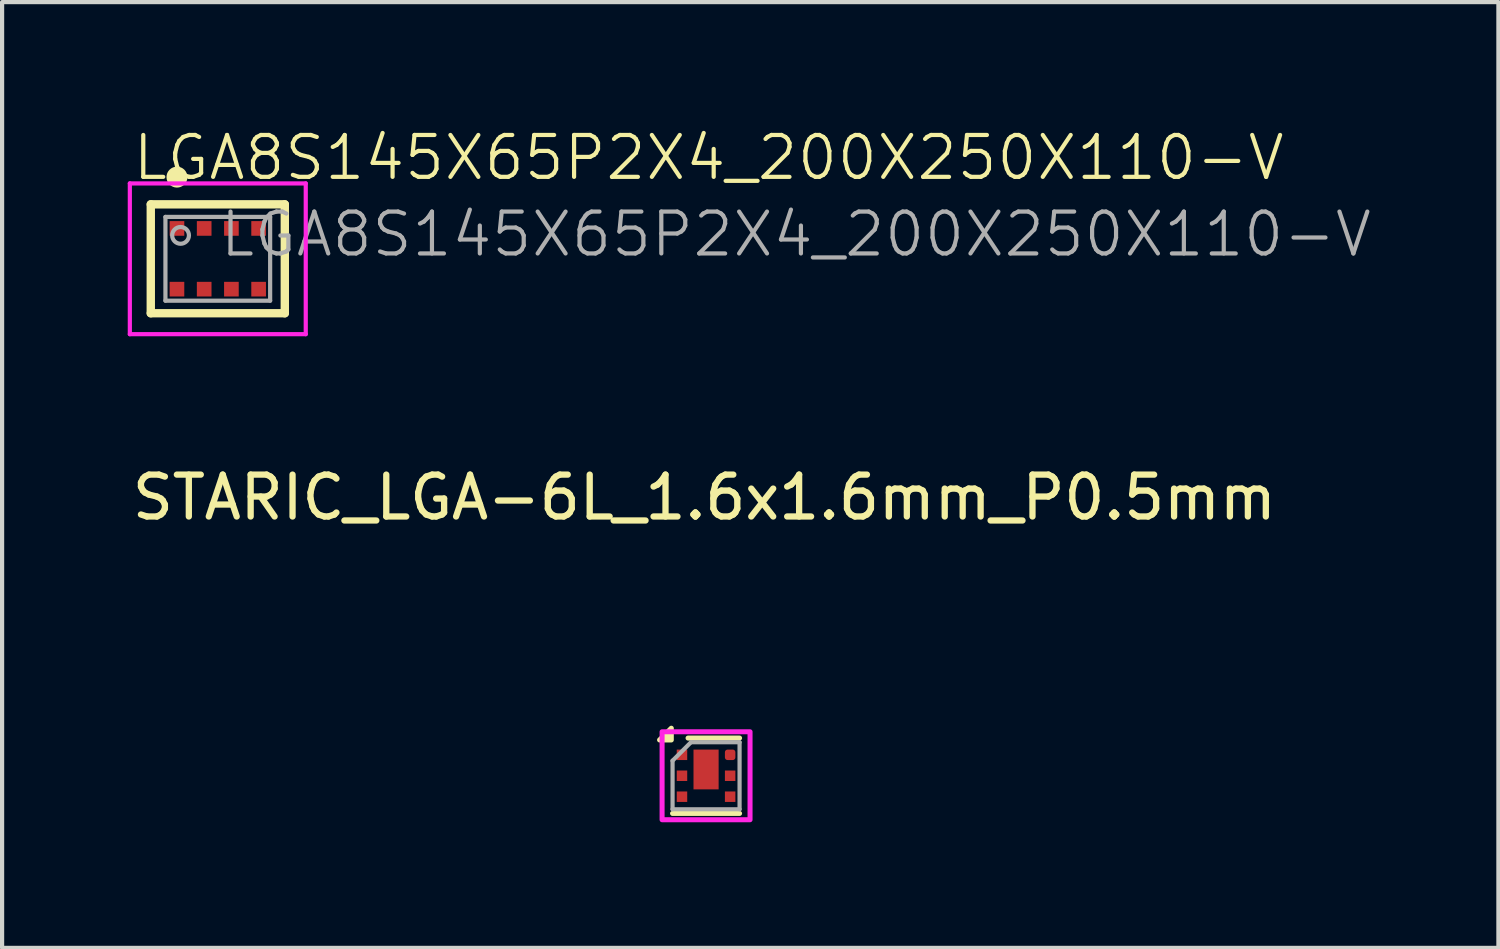
<source format=kicad_pcb>
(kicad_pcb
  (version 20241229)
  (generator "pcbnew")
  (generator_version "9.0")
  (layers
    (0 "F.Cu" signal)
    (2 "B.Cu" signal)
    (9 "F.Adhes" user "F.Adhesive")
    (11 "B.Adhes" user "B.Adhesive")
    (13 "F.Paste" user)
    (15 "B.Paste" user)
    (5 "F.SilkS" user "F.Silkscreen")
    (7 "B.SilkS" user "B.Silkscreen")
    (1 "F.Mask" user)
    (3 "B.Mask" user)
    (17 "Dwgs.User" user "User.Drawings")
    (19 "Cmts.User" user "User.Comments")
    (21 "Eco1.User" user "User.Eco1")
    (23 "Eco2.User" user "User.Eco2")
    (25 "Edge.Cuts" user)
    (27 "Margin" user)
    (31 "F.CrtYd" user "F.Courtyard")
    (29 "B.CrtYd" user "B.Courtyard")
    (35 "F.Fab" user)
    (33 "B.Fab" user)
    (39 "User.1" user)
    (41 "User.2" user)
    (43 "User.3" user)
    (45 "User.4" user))
  (footprint "STARIC_LGA-6L_1.6x1.6mm_P0.5mm"
    (layer "F.Cu")
    (at 13.808 15.472)
    (property "Reference" "STARIC_LGA-6L_1.6x1.6mm_P0.5mm" (at -0.04 -6.645 0) (unlocked yes) (layer "F.SilkS") (effects (font (size 1 1) (thickness 0.15))))
    (attr smd)
    (fp_line (start -0.8 0.9) (end 0.8 0.9) (stroke (width 0.12) (type default)) (layer "F.SilkS"))
    (fp_line (start -0.43 -0.9) (end 0.8 -0.9) (stroke (width 0.12) (type default)) (layer "F.SilkS"))
    (fp_poly (pts (xy -0.83 -0.855) (xy -1.11 -0.855) (xy -0.83 -1.135) (xy -0.83 -0.855)) (stroke (width 0.12) (type solid)) (fill yes) (layer "F.SilkS"))
    (fp_rect (start -1.05 -1.05) (end 1.05 1.05) (stroke (width 0.12) (type default)) (fill no) (layer "F.CrtYd"))
    (fp_line (start -0.801 -0.359) (end -0.36 -0.8) (stroke (width 0.1) (type default)) (layer "F.Fab"))
    (fp_line (start -0.8 0.8) (end -0.8 -0.36) (stroke (width 0.1) (type default)) (layer "F.Fab"))
    (fp_line (start -0.36 -0.8) (end 0.8 -0.8) (stroke (width 0.1) (type default)) (layer "F.Fab"))
    (fp_line (start 0.8 -0.8) (end 0.8 0.8) (stroke (width 0.1) (type default)) (layer "F.Fab"))
    (fp_line (start 0.8 0.8) (end -0.8 0.8) (stroke (width 0.1) (type default)) (layer "F.Fab"))
    (pad "1" smd rect (at -0.575 -0.5) (size 0.25 0.25) (layers "F.Cu" "F.Mask" "F.Paste"))
    (pad "2" smd rect (at -0.575 0) (size 0.25 0.25) (layers "F.Cu" "F.Mask" "F.Paste"))
    (pad "3" smd rect (at -0.575 0.5) (size 0.25 0.25) (layers "F.Cu" "F.Mask" "F.Paste"))
    (pad "4" smd rect (at 0.575 0.5) (size 0.25 0.25) (layers "F.Cu" "F.Mask" "F.Paste"))
    (pad "5" smd rect (at 0.575 0) (size 0.25 0.25) (layers "F.Cu" "F.Mask" "F.Paste"))
    (pad "6" smd roundrect (at 0.575 -0.5) (size 0.25 0.25) (layers "F.Cu" "F.Mask" "F.Paste") (roundrect_rratio 0.25))
    (pad "7" smd rect (at 0 -0.15) (size 0.6 0.95) (layers "F.Cu" "F.Mask" "F.Paste")))
  (footprint "LGA8S145X65P2X4_200X250X110-V"
    (layer "F.Cu")
    (at 2.15 3.129)
    (property "Reference" "LGA8S145X65P2X4_200X250X110-V" (at -2.083 -1.829 0) (unlocked yes) (layer "F.SilkS") (effects (font (size 1 1) (thickness 0.1)) (justify left bottom)))
    (fp_line (start -1.6 -1.3) (end 1.6 -1.3) (stroke (width 0.2) (type solid)) (layer "F.SilkS"))
    (fp_line (start -1.6 1.3) (end -1.6 -1.3) (stroke (width 0.2) (type solid)) (layer "F.SilkS"))
    (fp_line (start -1.6 1.3) (end 1.6 1.3) (stroke (width 0.2) (type solid)) (layer "F.SilkS"))
    (fp_line (start 1.6 1.3) (end 1.6 -1.3) (stroke (width 0.2) (type solid)) (layer "F.SilkS"))
    (fp_circle (center -0.975 -1.95) (end -0.85 -1.95) (stroke (width 0.25) (type solid)) (fill no) (layer "F.SilkS"))
    (fp_circle (center -0.975 -0.725) (end -0.887 -0.725) (stroke (width 0.175) (type solid)) (fill no) (layer "F.Paste"))
    (fp_circle (center -0.975 0.725) (end -0.887 0.725) (stroke (width 0.175) (type solid)) (fill no) (layer "F.Paste"))
    (fp_circle (center -0.325 -0.725) (end -0.237 -0.725) (stroke (width 0.175) (type solid)) (fill no) (layer "F.Paste"))
    (fp_circle (center -0.325 0.725) (end -0.237 0.725) (stroke (width 0.175) (type solid)) (fill no) (layer "F.Paste"))
    (fp_circle (center 0.325 -0.725) (end 0.413 -0.725) (stroke (width 0.175) (type solid)) (fill no) (layer "F.Paste"))
    (fp_circle (center 0.325 0.725) (end 0.413 0.725) (stroke (width 0.175) (type solid)) (fill no) (layer "F.Paste"))
    (fp_circle (center 0.975 -0.725) (end 1.063 -0.725) (stroke (width 0.175) (type solid)) (fill no) (layer "F.Paste"))
    (fp_circle (center 0.975 0.725) (end 1.063 0.725) (stroke (width 0.175) (type solid)) (fill no) (layer "F.Paste"))
    (fp_line (start -2.1 -1.8) (end 2.1 -1.8) (stroke (width 0.1) (type solid)) (layer "F.CrtYd"))
    (fp_line (start -2.1 1.8) (end -2.1 -1.8) (stroke (width 0.1) (type solid)) (layer "F.CrtYd"))
    (fp_line (start -2.1 1.8) (end 2.1 1.8) (stroke (width 0.1) (type solid)) (layer "F.CrtYd"))
    (fp_line (start 2.1 1.8) (end 2.1 -1.8) (stroke (width 0.1) (type solid)) (layer "F.CrtYd"))
    (fp_line (start -1.25 -1) (end 1.25 -1) (stroke (width 0.1) (type solid)) (layer "F.Fab"))
    (fp_line (start -1.25 1) (end -1.25 -1) (stroke (width 0.1) (type solid)) (layer "F.Fab"))
    (fp_line (start -1.25 1) (end 1.25 1) (stroke (width 0.1) (type solid)) (layer "F.Fab"))
    (fp_line (start 1.25 1) (end 1.25 -1) (stroke (width 0.1) (type solid)) (layer "F.Fab"))
    (fp_circle (center -0.889 -0.559) (end -0.689 -0.559) (stroke (width 0.1) (type solid)) (fill no) (layer "F.Fab"))
    (fp_text user "${REFERENCE}" (at 0 0 0) (unlocked yes) (layer "F.Fab") (effects (font (size 1 1) (thickness 0.1)) (justify left bottom)))
    (pad "1" smd rect (at -0.975 -0.725) (size 0.35 0.35) (layers "F.Cu" "F.Mask"))
    (pad "2" smd rect (at -0.325 -0.725) (size 0.35 0.35) (layers "F.Cu" "F.Mask"))
    (pad "3" smd rect (at 0.325 -0.725) (size 0.35 0.35) (layers "F.Cu" "F.Mask"))
    (pad "4" smd rect (at 0.975 -0.725) (size 0.35 0.35) (layers "F.Cu" "F.Mask"))
    (pad "5" smd rect (at 0.975 0.725) (size 0.35 0.35) (layers "F.Cu" "F.Mask"))
    (pad "6" smd rect (at 0.325 0.725) (size 0.35 0.35) (layers "F.Cu" "F.Mask"))
    (pad "7" smd rect (at -0.325 0.725) (size 0.35 0.35) (layers "F.Cu" "F.Mask"))
    (pad "8" smd rect (at -0.975 0.725) (size 0.35 0.35) (layers "F.Cu" "F.Mask")))
  (gr_rect
    (start -3 -3)
    (end 32.726 19.582)
    (stroke (width 0.1) (type default))
    (fill no)
    (layer "Edge.Cuts")))
</source>
